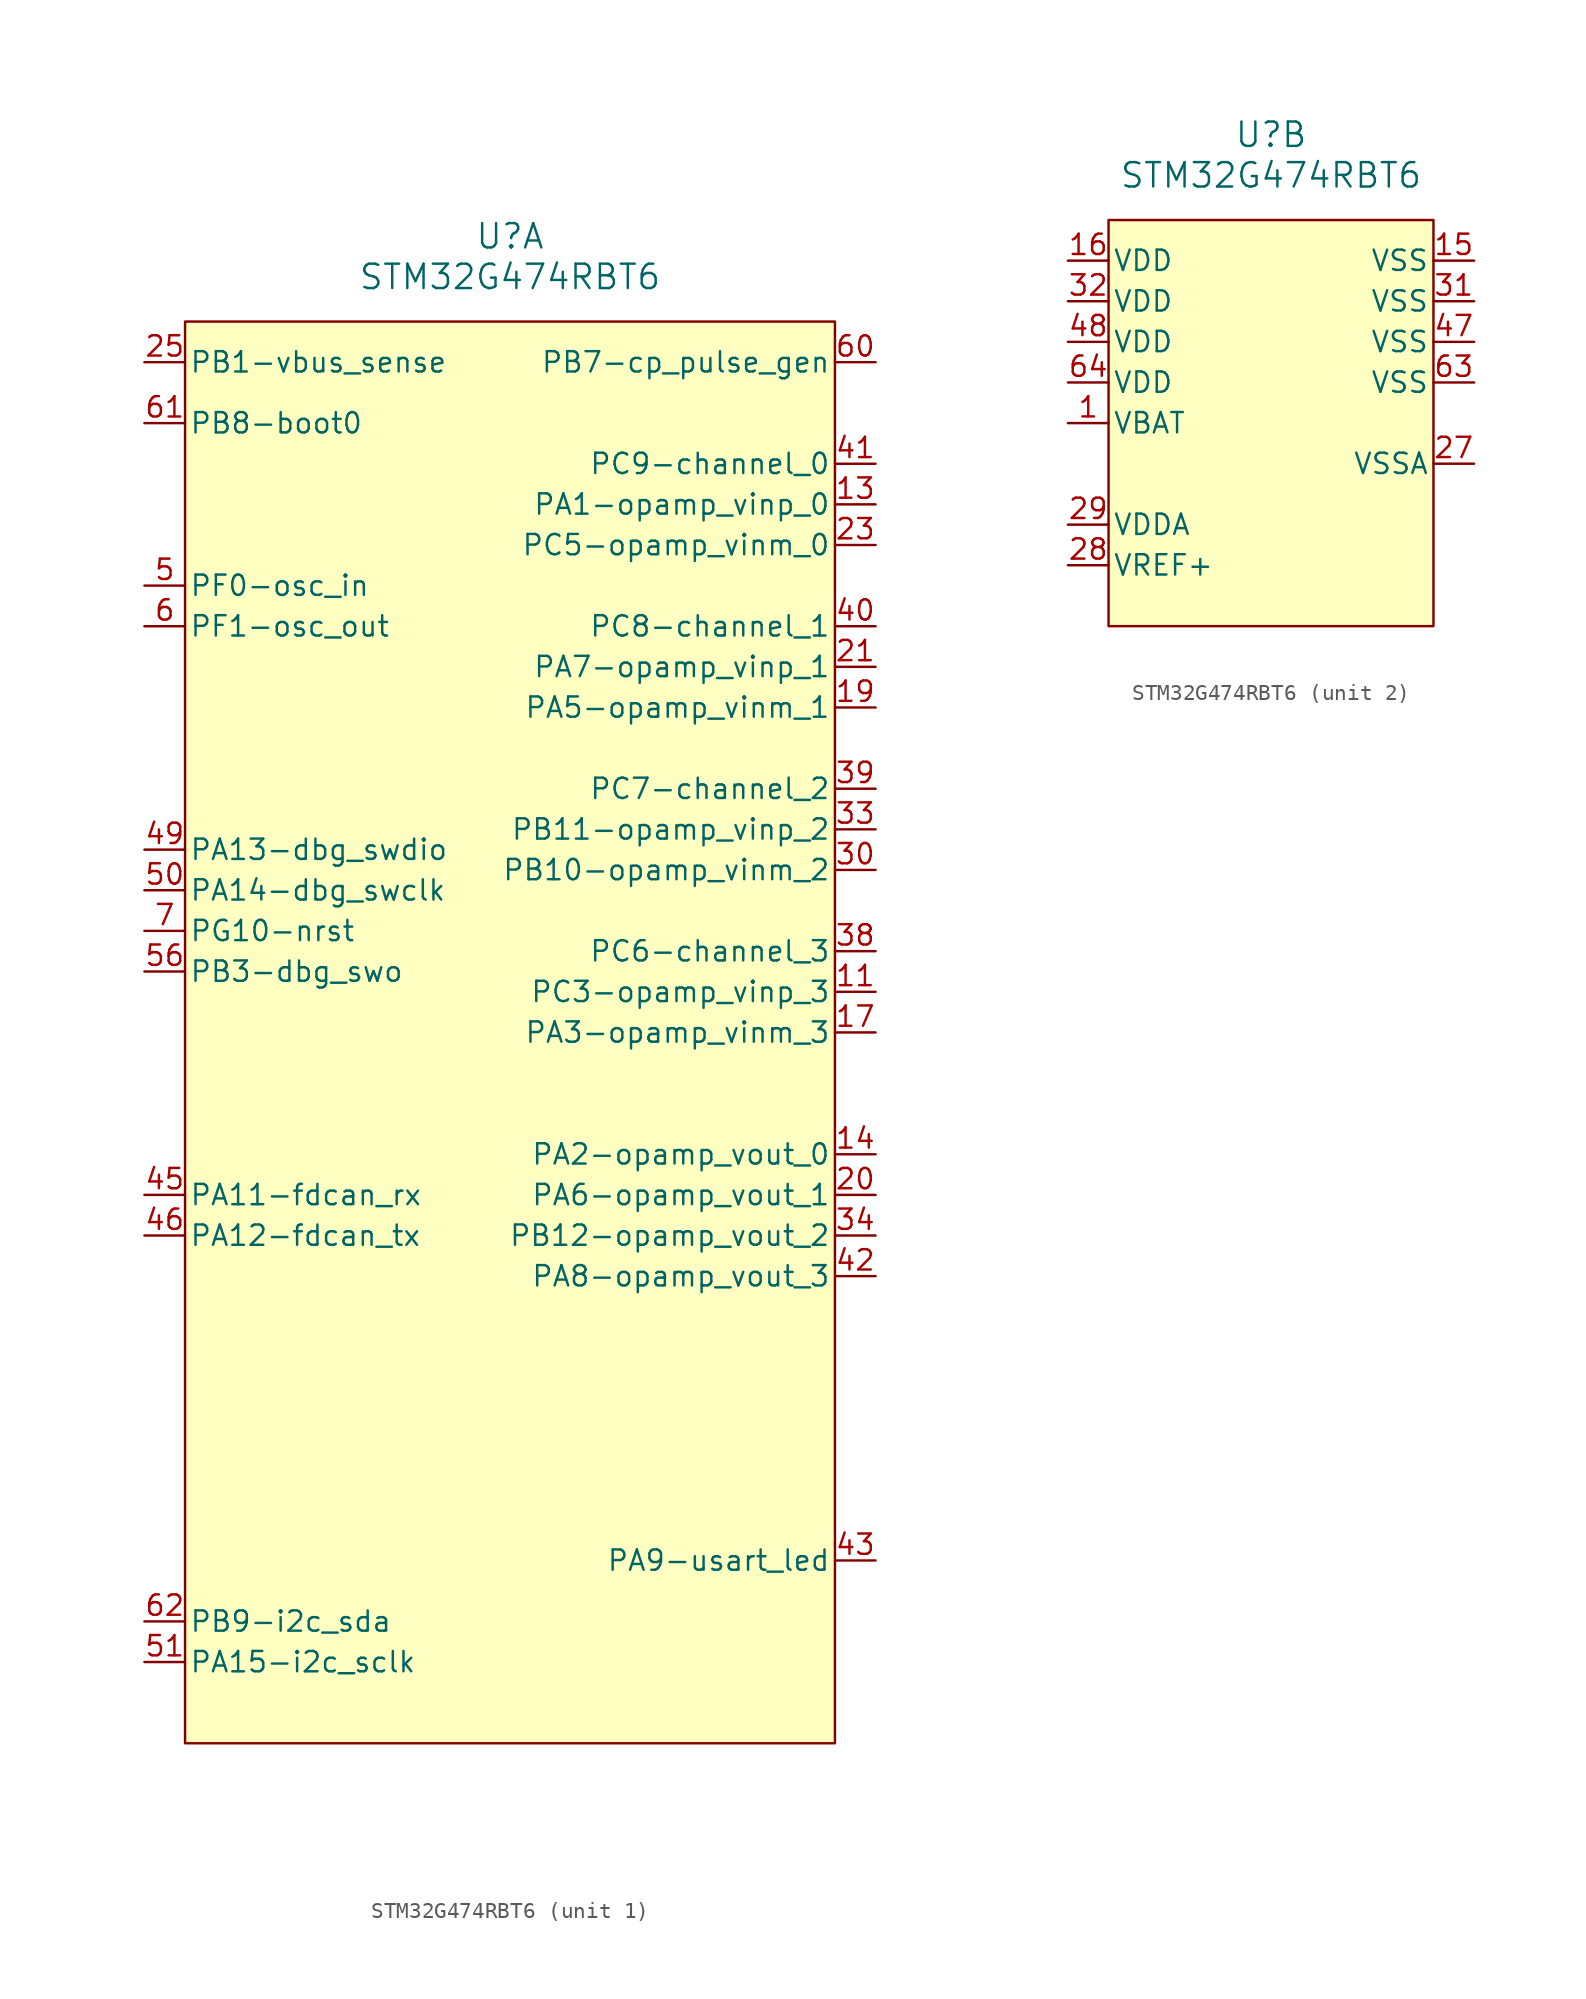
<source format=kicad_sym>
(kicad_symbol_lib
  (version 20241209)
  (generator "kicad_symbol_editor")
  (generator_version "9.0")
  (symbol "STM32G474RBT6"
    (pin_names
      (offset 0.254))
    (property "Reference" "U"
      (at 0 5.334 0)
      (effects (font (size 1.524 1.524))))
    (property "Value" "STM32G474RBT6"
      (at 0 2.794 0)
      (effects (font (size 1.524 1.524))))
    (property "ki_locked" ""
      (at 0 0 0)
      (effects (font (size 1.27 1.27))))
    (symbol "STM32G474RBT6_1_1"
      (rectangle (start -20.32 0) (end 20.32 -88.9) (stroke (width 0) (type solid)) (fill (type background)))
      (pin input line (at -22.86 -2.54 0) (length 2.54) (name "PB1-vbus_sense" (effects (font (size 1.27 1.27)))) (number "25" (effects (font (size 1.27 1.27)))))
      (pin input line (at -22.86 -6.35 0) (length 2.54) (name "PB8-boot0" (effects (font (size 1.27 1.27)))) (number "61" (effects (font (size 1.27 1.27)))))
      (pin input line (at -22.86 -16.51 0) (length 2.54) (name "PF0-osc_in" (effects (font (size 1.27 1.27)))) (number "5" (effects (font (size 1.27 1.27)))))
      (pin input line (at -22.86 -19.05 0) (length 2.54) (name "PF1-osc_out" (effects (font (size 1.27 1.27)))) (number "6" (effects (font (size 1.27 1.27)))))
      (pin bidirectional line (at -22.86 -33.02 0) (length 2.54) (name "PA13-dbg_swdio" (effects (font (size 1.27 1.27)))) (number "49" (effects (font (size 1.27 1.27)))))
      (pin input line (at -22.86 -35.56 0) (length 2.54) (name "PA14-dbg_swclk" (effects (font (size 1.27 1.27)))) (number "50" (effects (font (size 1.27 1.27)))))
      (pin input line (at -22.86 -38.1 0) (length 2.54) (name "PG10-nrst" (effects (font (size 1.27 1.27)))) (number "7" (effects (font (size 1.27 1.27)))))
      (pin output line (at -22.86 -40.64 0) (length 2.54) (name "PB3-dbg_swo" (effects (font (size 1.27 1.27)))) (number "56" (effects (font (size 1.27 1.27)))))
      (pin bidirectional line (at -22.86 -54.61 0) (length 2.54) (name "PA11-fdcan_rx" (effects (font (size 1.27 1.27)))) (number "45" (effects (font (size 1.27 1.27)))))
      (pin bidirectional line (at -22.86 -57.15 0) (length 2.54) (name "PA12-fdcan_tx" (effects (font (size 1.27 1.27)))) (number "46" (effects (font (size 1.27 1.27)))))
      (pin output line (at -22.86 -81.28 0) (length 2.54) (name "PB9-i2c_sda" (effects (font (size 1.27 1.27)))) (number "62" (effects (font (size 1.27 1.27)))))
      (pin output line (at -22.86 -83.82 0) (length 2.54) (name "PA15-i2c_sclk" (effects (font (size 1.27 1.27)))) (number "51" (effects (font (size 1.27 1.27)))))
      (pin output line (at 22.86 -2.54 180) (length 2.54) (name "PB7-cp_pulse_gen" (effects (font (size 1.27 1.27)))) (number "60" (effects (font (size 1.27 1.27)))))
      (pin output line (at 22.86 -8.89 180) (length 2.54) (name "PC9-channel_0" (effects (font (size 1.27 1.27)))) (number "41" (effects (font (size 1.27 1.27)))))
      (pin input line (at 22.86 -11.43 180) (length 2.54) (name "PA1-opamp_vinp_0" (effects (font (size 1.27 1.27)))) (number "13" (effects (font (size 1.27 1.27)))))
      (pin input line (at 22.86 -13.97 180) (length 2.54) (name "PC5-opamp_vinm_0" (effects (font (size 1.27 1.27)))) (number "23" (effects (font (size 1.27 1.27)))))
      (pin output line (at 22.86 -19.05 180) (length 2.54) (name "PC8-channel_1" (effects (font (size 1.27 1.27)))) (number "40" (effects (font (size 1.27 1.27)))))
      (pin input line (at 22.86 -21.59 180) (length 2.54) (name "PA7-opamp_vinp_1" (effects (font (size 1.27 1.27)))) (number "21" (effects (font (size 1.27 1.27)))))
      (pin input line (at 22.86 -24.13 180) (length 2.54) (name "PA5-opamp_vinm_1" (effects (font (size 1.27 1.27)))) (number "19" (effects (font (size 1.27 1.27)))))
      (pin output line (at 22.86 -29.21 180) (length 2.54) (name "PC7-channel_2" (effects (font (size 1.27 1.27)))) (number "39" (effects (font (size 1.27 1.27)))))
      (pin input line (at 22.86 -31.75 180) (length 2.54) (name "PB11-opamp_vinp_2" (effects (font (size 1.27 1.27)))) (number "33" (effects (font (size 1.27 1.27)))))
      (pin input line (at 22.86 -34.29 180) (length 2.54) (name "PB10-opamp_vinm_2" (effects (font (size 1.27 1.27)))) (number "30" (effects (font (size 1.27 1.27)))))
      (pin output line (at 22.86 -39.37 180) (length 2.54) (name "PC6-channel_3" (effects (font (size 1.27 1.27)))) (number "38" (effects (font (size 1.27 1.27)))))
      (pin input line (at 22.86 -41.91 180) (length 2.54) (name "PC3-opamp_vinp_3" (effects (font (size 1.27 1.27)))) (number "11" (effects (font (size 1.27 1.27)))))
      (pin input line (at 22.86 -44.45 180) (length 2.54) (name "PA3-opamp_vinm_3" (effects (font (size 1.27 1.27)))) (number "17" (effects (font (size 1.27 1.27)))))
      (pin output line (at 22.86 -52.07 180) (length 2.54) (name "PA2-opamp_vout_0" (effects (font (size 1.27 1.27)))) (number "14" (effects (font (size 1.27 1.27)))))
      (pin output line (at 22.86 -54.61 180) (length 2.54) (name "PA6-opamp_vout_1" (effects (font (size 1.27 1.27)))) (number "20" (effects (font (size 1.27 1.27)))))
      (pin output line (at 22.86 -57.15 180) (length 2.54) (name "PB12-opamp_vout_2" (effects (font (size 1.27 1.27)))) (number "34" (effects (font (size 1.27 1.27)))))
      (pin output line (at 22.86 -59.69 180) (length 2.54) (name "PA8-opamp_vout_3" (effects (font (size 1.27 1.27)))) (number "42" (effects (font (size 1.27 1.27)))))
      (pin output line (at 22.86 -77.47 180) (length 2.54) (name "PA9-usart_led" (effects (font (size 1.27 1.27)))) (number "43" (effects (font (size 1.27 1.27))))))
    (symbol "STM32G474RBT6_2_1"
      (rectangle (start -10.16 0) (end 10.16 -25.4) (stroke (width 0) (type solid)) (fill (type background)))
      (pin power_in line (at -12.7 -2.54 0) (length 2.54) (name "VDD" (effects (font (size 1.27 1.27)))) (number "16" (effects (font (size 1.27 1.27)))))
      (pin power_in line (at -12.7 -5.08 0) (length 2.54) (name "VDD" (effects (font (size 1.27 1.27)))) (number "32" (effects (font (size 1.27 1.27)))))
      (pin power_in line (at -12.7 -7.62 0) (length 2.54) (name "VDD" (effects (font (size 1.27 1.27)))) (number "48" (effects (font (size 1.27 1.27)))))
      (pin power_in line (at -12.7 -10.16 0) (length 2.54) (name "VDD" (effects (font (size 1.27 1.27)))) (number "64" (effects (font (size 1.27 1.27)))))
      (pin power_in line (at -12.7 -12.7 0) (length 2.54) (name "VBAT" (effects (font (size 1.27 1.27)))) (number "1" (effects (font (size 1.27 1.27)))))
      (pin power_in line (at -12.7 -19.05 0) (length 2.54) (name "VDDA" (effects (font (size 1.27 1.27)))) (number "29" (effects (font (size 1.27 1.27)))))
      (pin power_in line (at -12.7 -21.59 0) (length 2.54) (name "VREF+" (effects (font (size 1.27 1.27)))) (number "28" (effects (font (size 1.27 1.27)))))
      (pin power_in line (at 12.7 -2.54 180) (length 2.54) (name "VSS" (effects (font (size 1.27 1.27)))) (number "15" (effects (font (size 1.27 1.27)))))
      (pin power_in line (at 12.7 -5.08 180) (length 2.54) (name "VSS" (effects (font (size 1.27 1.27)))) (number "31" (effects (font (size 1.27 1.27)))))
      (pin power_in line (at 12.7 -7.62 180) (length 2.54) (name "VSS" (effects (font (size 1.27 1.27)))) (number "47" (effects (font (size 1.27 1.27)))))
      (pin power_in line (at 12.7 -10.16 180) (length 2.54) (name "VSS" (effects (font (size 1.27 1.27)))) (number "63" (effects (font (size 1.27 1.27)))))
      (pin power_in line (at 12.7 -15.24 180) (length 2.54) (name "VSSA" (effects (font (size 1.27 1.27)))) (number "27" (effects (font (size 1.27 1.27))))))))
</source>
